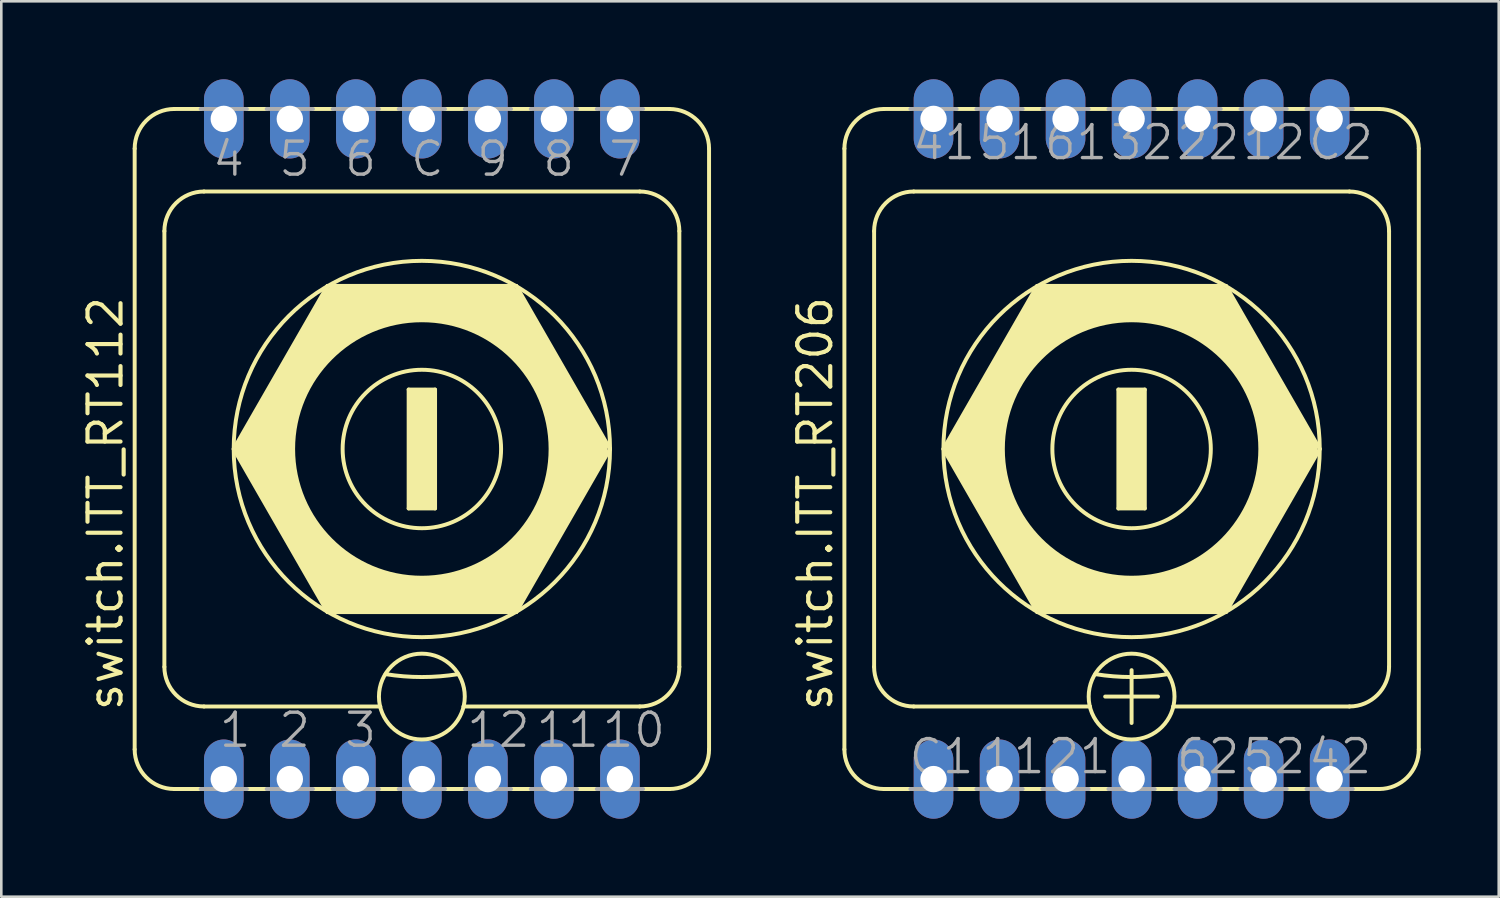
<source format=kicad_pcb>
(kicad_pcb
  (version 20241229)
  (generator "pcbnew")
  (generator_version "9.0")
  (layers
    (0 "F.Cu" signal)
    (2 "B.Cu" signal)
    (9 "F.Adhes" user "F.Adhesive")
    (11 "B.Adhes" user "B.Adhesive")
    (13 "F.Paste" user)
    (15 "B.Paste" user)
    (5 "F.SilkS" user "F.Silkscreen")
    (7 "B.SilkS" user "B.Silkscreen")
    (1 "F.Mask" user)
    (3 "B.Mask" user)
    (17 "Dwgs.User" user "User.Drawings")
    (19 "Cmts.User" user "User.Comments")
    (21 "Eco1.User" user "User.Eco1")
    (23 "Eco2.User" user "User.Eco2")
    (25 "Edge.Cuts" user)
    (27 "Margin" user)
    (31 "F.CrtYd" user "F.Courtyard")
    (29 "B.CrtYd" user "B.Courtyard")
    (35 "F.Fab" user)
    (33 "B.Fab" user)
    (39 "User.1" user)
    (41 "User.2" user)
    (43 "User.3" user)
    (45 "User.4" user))
  (footprint "switch.ITT_RT112"
    (layer "F.Cu")
    (at 13.18 14.224)
    (property "Reference" "switch.ITT_RT112" (at -11.43 10.16 90) (layer "F.SilkS") (effects (font (size 1.27 1.27) (thickness 0.16)) (justify left bottom)))
    (attr through_hole)
    (fp_line (start -11.049 11.557) (end -11.049 -11.557) (stroke (width 0.152) (type default)) (layer "F.SilkS"))
    (fp_line (start -9.906 8.382) (end -9.906 -8.382) (stroke (width 0.152) (type default)) (layer "F.SilkS"))
    (fp_line (start -8.509 -13.081) (end -9.525 -13.081) (stroke (width 0.152) (type default)) (layer "F.SilkS"))
    (fp_line (start -8.509 13.081) (end -9.525 13.081) (stroke (width 0.152) (type default)) (layer "F.SilkS"))
    (fp_line (start -8.382 -9.906) (end 8.382 -9.906) (stroke (width 0.152) (type default)) (layer "F.SilkS"))
    (fp_line (start -7.239 0) (end -3.632 6.274) (stroke (width 0.152) (type default)) (layer "F.SilkS"))
    (fp_line (start -6.731 -13.081) (end -5.969 -13.081) (stroke (width 0.152) (type default)) (layer "F.SilkS"))
    (fp_line (start -6.606 0) (end -3.29 -5.689) (stroke (width 1.168) (type default)) (layer "F.SilkS"))
    (fp_line (start -5.969 13.081) (end -6.731 13.081) (stroke (width 0.152) (type default)) (layer "F.SilkS"))
    (fp_line (start -4.191 -13.081) (end -3.429 -13.081) (stroke (width 0.152) (type default)) (layer "F.SilkS"))
    (fp_line (start -3.632 -6.274) (end -7.239 0) (stroke (width 0.152) (type default)) (layer "F.SilkS"))
    (fp_line (start -3.632 6.274) (end 3.632 6.274) (stroke (width 0.152) (type default)) (layer "F.SilkS"))
    (fp_line (start -3.429 13.081) (end -4.191 13.081) (stroke (width 0.152) (type default)) (layer "F.SilkS"))
    (fp_line (start -3.29 -5.689) (end 3.29 -5.689) (stroke (width 1.168) (type default)) (layer "F.SilkS"))
    (fp_line (start -3.263 5.716) (end -6.471 0.189) (stroke (width 1.168) (type default)) (layer "F.SilkS"))
    (fp_line (start -1.651 -13.081) (end -0.889 -13.081) (stroke (width 0.152) (type default)) (layer "F.SilkS"))
    (fp_line (start -1.6 9.906) (end -8.382 9.906) (stroke (width 0.152) (type default)) (layer "F.SilkS"))
    (fp_line (start -0.889 13.081) (end -1.651 13.081) (stroke (width 0.152) (type default)) (layer "F.SilkS"))
    (fp_line (start -0.508 -2.286) (end 0.508 -2.286) (stroke (width 0.152) (type default)) (layer "F.SilkS"))
    (fp_line (start -0.508 2.286) (end -0.508 -2.286) (stroke (width 0.152) (type default)) (layer "F.SilkS"))
    (fp_line (start 0.508 -2.286) (end 0.508 2.286) (stroke (width 0.152) (type default)) (layer "F.SilkS"))
    (fp_line (start 0.508 2.286) (end -0.508 2.286) (stroke (width 0.152) (type default)) (layer "F.SilkS"))
    (fp_line (start 0.889 -13.081) (end 1.651 -13.081) (stroke (width 0.152) (type default)) (layer "F.SilkS"))
    (fp_line (start 1.651 13.081) (end 0.889 13.081) (stroke (width 0.152) (type default)) (layer "F.SilkS"))
    (fp_line (start 3.29 -5.689) (end 6.552 0) (stroke (width 1.168) (type default)) (layer "F.SilkS"))
    (fp_line (start 3.29 5.716) (end -3.263 5.716) (stroke (width 1.168) (type default)) (layer "F.SilkS"))
    (fp_line (start 3.429 -13.081) (end 4.191 -13.081) (stroke (width 0.152) (type default)) (layer "F.SilkS"))
    (fp_line (start 3.632 -6.274) (end -3.632 -6.274) (stroke (width 0.152) (type default)) (layer "F.SilkS"))
    (fp_line (start 3.632 6.274) (end 7.239 0) (stroke (width 0.152) (type default)) (layer "F.SilkS"))
    (fp_line (start 4.191 13.081) (end 3.429 13.081) (stroke (width 0.152) (type default)) (layer "F.SilkS"))
    (fp_line (start 5.969 -13.081) (end 6.731 -13.081) (stroke (width 0.152) (type default)) (layer "F.SilkS"))
    (fp_line (start 5.969 13.081) (end 6.731 13.081) (stroke (width 0.152) (type default)) (layer "F.SilkS"))
    (fp_line (start 6.552 0) (end 3.29 5.716) (stroke (width 1.168) (type default)) (layer "F.SilkS"))
    (fp_line (start 7.239 0) (end 3.632 -6.274) (stroke (width 0.152) (type default)) (layer "F.SilkS"))
    (fp_line (start 8.382 9.906) (end 1.6 9.906) (stroke (width 0.152) (type default)) (layer "F.SilkS"))
    (fp_line (start 8.509 -13.081) (end 9.525 -13.081) (stroke (width 0.152) (type default)) (layer "F.SilkS"))
    (fp_line (start 8.509 13.081) (end 9.525 13.081) (stroke (width 0.152) (type default)) (layer "F.SilkS"))
    (fp_line (start 9.906 -8.382) (end 9.906 8.382) (stroke (width 0.152) (type default)) (layer "F.SilkS"))
    (fp_line (start 11.049 -11.557) (end 11.049 11.557) (stroke (width 0.152) (type default)) (layer "F.SilkS"))
    (fp_rect (start -0.508 2.286) (end 0.508 -2.286) (stroke (width 0.05) (type default)) (fill yes) (layer "F.SilkS"))
    (fp_arc (start -11.049 -11.557) (mid -10.602631 -12.634631) (end -9.525 -13.081) (stroke (width 0.1524) (type default)) (layer "F.SilkS"))
    (fp_arc (start -9.906 -8.382) (mid -9.459631 -9.459631) (end -8.382 -9.906) (stroke (width 0.1524) (type default)) (layer "F.SilkS"))
    (fp_arc (start -9.525 13.081) (mid -10.602631 12.634631) (end -11.049 11.557) (stroke (width 0.1524) (type default)) (layer "F.SilkS"))
    (fp_arc (start -8.382 9.906) (mid -9.459631 9.459631) (end -9.906 8.382) (stroke (width 0.1524) (type default)) (layer "F.SilkS"))
    (fp_arc (start 1.397 8.6614) (mid 0 8.773338) (end -1.397 8.6614) (stroke (width 0.1524) (type default)) (layer "F.SilkS"))
    (fp_arc (start 8.382 -9.906) (mid 9.459631 -9.459631) (end 9.906 -8.382) (stroke (width 0.1524) (type default)) (layer "F.SilkS"))
    (fp_arc (start 9.525 -13.081) (mid 10.602631 -12.634631) (end 11.049 -11.557) (stroke (width 0.1524) (type default)) (layer "F.SilkS"))
    (fp_arc (start 9.906 8.382) (mid 9.459631 9.459631) (end 8.382 9.906) (stroke (width 0.1524) (type default)) (layer "F.SilkS"))
    (fp_arc (start 11.049 11.557) (mid 10.602631 12.634631) (end 9.525 13.081) (stroke (width 0.1524) (type default)) (layer "F.SilkS"))
    (fp_circle (center 0 0) (end 3.048 0) (stroke (width 0.152) (type default)) (fill no) (layer "F.SilkS"))
    (fp_circle (center 0 0) (end 4.953 0) (stroke (width 0.152) (type default)) (fill no) (layer "F.SilkS"))
    (fp_circle (center 0 0) (end 5.609 0) (stroke (width 1.27) (type default)) (fill no) (layer "F.SilkS"))
    (fp_circle (center 0 0) (end 7.239 0) (stroke (width 0.152) (type default)) (fill no) (layer "F.SilkS"))
    (fp_circle (center 0 9.525) (end 1.651 9.525) (stroke (width 0.152) (type default)) (fill no) (layer "F.SilkS"))
    (fp_line (start -6.731 -13.081) (end -8.509 -13.081) (stroke (width 0.152) (type default)) (layer "F.Fab"))
    (fp_line (start -6.731 13.081) (end -8.509 13.081) (stroke (width 0.152) (type default)) (layer "F.Fab"))
    (fp_line (start -4.191 -13.081) (end -5.969 -13.081) (stroke (width 0.152) (type default)) (layer "F.Fab"))
    (fp_line (start -4.191 13.081) (end -5.969 13.081) (stroke (width 0.152) (type default)) (layer "F.Fab"))
    (fp_line (start -1.651 -13.081) (end -3.429 -13.081) (stroke (width 0.152) (type default)) (layer "F.Fab"))
    (fp_line (start -1.651 13.081) (end -3.429 13.081) (stroke (width 0.152) (type default)) (layer "F.Fab"))
    (fp_line (start 0.889 -13.081) (end -0.889 -13.081) (stroke (width 0.152) (type default)) (layer "F.Fab"))
    (fp_line (start 0.889 13.081) (end -0.889 13.081) (stroke (width 0.152) (type default)) (layer "F.Fab"))
    (fp_line (start 3.429 -13.081) (end 1.651 -13.081) (stroke (width 0.152) (type default)) (layer "F.Fab"))
    (fp_line (start 3.429 13.081) (end 1.651 13.081) (stroke (width 0.152) (type default)) (layer "F.Fab"))
    (fp_line (start 5.969 -13.081) (end 4.191 -13.081) (stroke (width 0.152) (type default)) (layer "F.Fab"))
    (fp_line (start 5.969 13.081) (end 4.191 13.081) (stroke (width 0.152) (type default)) (layer "F.Fab"))
    (fp_line (start 8.509 -13.081) (end 6.731 -13.081) (stroke (width 0.152) (type default)) (layer "F.Fab"))
    (fp_line (start 8.509 13.081) (end 6.731 13.081) (stroke (width 0.152) (type default)) (layer "F.Fab"))
    (fp_text user "5" (at -5.588 -10.414 0) (layer "F.Fab") (effects (font (size 1.27 1.27) (thickness 0.13)) (justify left bottom)))
    (fp_text user "3" (at -3.048 11.557 0) (layer "F.Fab") (effects (font (size 1.27 1.27) (thickness 0.13)) (justify left bottom)))
    (fp_text user "10" (at 6.858 11.557 0) (layer "F.Fab") (effects (font (size 1.27 1.27) (thickness 0.13)) (justify left bottom)))
    (fp_text user "1" (at -7.874 11.557 0) (layer "F.Fab") (effects (font (size 1.27 1.27) (thickness 0.13)) (justify left bottom)))
    (fp_text user "2" (at -5.588 11.557 0) (layer "F.Fab") (effects (font (size 1.27 1.27) (thickness 0.13)) (justify left bottom)))
    (fp_text user "11" (at 4.318 11.557 0) (layer "F.Fab") (effects (font (size 1.27 1.27) (thickness 0.13)) (justify left bottom)))
    (fp_text user "8" (at 4.572 -10.414 0) (layer "F.Fab") (effects (font (size 1.27 1.27) (thickness 0.13)) (justify left bottom)))
    (fp_text user "6" (at -3.048 -10.414 0) (layer "F.Fab") (effects (font (size 1.27 1.27) (thickness 0.13)) (justify left bottom)))
    (fp_text user "7" (at 7.112 -10.414 0) (layer "F.Fab") (effects (font (size 1.27 1.27) (thickness 0.13)) (justify left bottom)))
    (fp_text user "C" (at -0.508 -10.414 0) (layer "F.Fab") (effects (font (size 1.27 1.27) (thickness 0.13)) (justify left bottom)))
    (fp_text user "9" (at 2.032 -10.414 0) (layer "F.Fab") (effects (font (size 1.27 1.27) (thickness 0.13)) (justify left bottom)))
    (fp_text user "12" (at 1.651 11.557 0) (layer "F.Fab") (effects (font (size 1.27 1.27) (thickness 0.13)) (justify left bottom)))
    (fp_text user "4" (at -8.128 -10.414 0) (layer "F.Fab") (effects (font (size 1.27 1.27) (thickness 0.13)) (justify left bottom)))
    (pad "1" thru_hole oval (at -7.62 12.7 90) (size 3.048 1.524) (drill 1.016) (layers "*.Cu" "*.Mask"))
    (pad "2" thru_hole oval (at -5.08 12.7 90) (size 3.048 1.524) (drill 1.016) (layers "*.Cu" "*.Mask"))
    (pad "3" thru_hole oval (at -2.54 12.7 90) (size 3.048 1.524) (drill 1.016) (layers "*.Cu" "*.Mask"))
    (pad "4" thru_hole oval (at -7.62 -12.7 90) (size 3.048 1.524) (drill 1.016) (layers "*.Cu" "*.Mask"))
    (pad "5" thru_hole oval (at -5.08 -12.7 90) (size 3.048 1.524) (drill 1.016) (layers "*.Cu" "*.Mask"))
    (pad "6" thru_hole oval (at -2.54 -12.7 90) (size 3.048 1.524) (drill 1.016) (layers "*.Cu" "*.Mask"))
    (pad "7" thru_hole oval (at 7.62 -12.7 90) (size 3.048 1.524) (drill 1.016) (layers "*.Cu" "*.Mask"))
    (pad "8" thru_hole oval (at 5.08 -12.7 90) (size 3.048 1.524) (drill 1.016) (layers "*.Cu" "*.Mask"))
    (pad "9" thru_hole oval (at 2.54 -12.7 90) (size 3.048 1.524) (drill 1.016) (layers "*.Cu" "*.Mask"))
    (pad "10" thru_hole oval (at 7.62 12.7 90) (size 3.048 1.524) (drill 1.016) (layers "*.Cu" "*.Mask"))
    (pad "11" thru_hole oval (at 5.08 12.7 90) (size 3.048 1.524) (drill 1.016) (layers "*.Cu" "*.Mask"))
    (pad "12" thru_hole oval (at 2.54 12.7 90) (size 3.048 1.524) (drill 1.016) (layers "*.Cu" "*.Mask"))
    (pad "C" thru_hole oval (at 0 12.7 90) (size 3.048 1.524) (drill 1.016) (layers "*.Cu" "*.Mask"))
    (pad "C@" thru_hole oval (at 0 -12.7 90) (size 3.048 1.524) (drill 1.016) (layers "*.Cu" "*.Mask")))
  (footprint "switch.ITT_RT206"
    (layer "F.Cu")
    (at 40.485 14.224)
    (property "Reference" "switch.ITT_RT206" (at -11.43 10.16 90) (layer "F.SilkS") (effects (font (size 1.27 1.27) (thickness 0.16)) (justify left bottom)))
    (attr through_hole)
    (fp_line (start -11.049 11.557) (end -11.049 -11.557) (stroke (width 0.152) (type default)) (layer "F.SilkS"))
    (fp_line (start -9.906 8.382) (end -9.906 -8.382) (stroke (width 0.152) (type default)) (layer "F.SilkS"))
    (fp_line (start -8.509 -13.081) (end -9.525 -13.081) (stroke (width 0.152) (type default)) (layer "F.SilkS"))
    (fp_line (start -8.509 13.081) (end -9.525 13.081) (stroke (width 0.152) (type default)) (layer "F.SilkS"))
    (fp_line (start -8.382 -9.906) (end 8.382 -9.906) (stroke (width 0.152) (type default)) (layer "F.SilkS"))
    (fp_line (start -7.239 0) (end -3.632 6.274) (stroke (width 0.152) (type default)) (layer "F.SilkS"))
    (fp_line (start -6.731 -13.081) (end -5.969 -13.081) (stroke (width 0.152) (type default)) (layer "F.SilkS"))
    (fp_line (start -6.606 0) (end -3.29 -5.689) (stroke (width 1.168) (type default)) (layer "F.SilkS"))
    (fp_line (start -5.969 13.081) (end -6.731 13.081) (stroke (width 0.152) (type default)) (layer "F.SilkS"))
    (fp_line (start -4.191 -13.081) (end -3.429 -13.081) (stroke (width 0.152) (type default)) (layer "F.SilkS"))
    (fp_line (start -3.632 -6.274) (end -7.239 0) (stroke (width 0.152) (type default)) (layer "F.SilkS"))
    (fp_line (start -3.632 6.274) (end 3.632 6.274) (stroke (width 0.152) (type default)) (layer "F.SilkS"))
    (fp_line (start -3.429 13.081) (end -4.191 13.081) (stroke (width 0.152) (type default)) (layer "F.SilkS"))
    (fp_line (start -3.29 -5.689) (end 3.29 -5.689) (stroke (width 1.168) (type default)) (layer "F.SilkS"))
    (fp_line (start -3.263 5.716) (end -6.471 0.189) (stroke (width 1.168) (type default)) (layer "F.SilkS"))
    (fp_line (start -1.651 -13.081) (end -0.889 -13.081) (stroke (width 0.152) (type default)) (layer "F.SilkS"))
    (fp_line (start -1.6 9.906) (end -8.382 9.906) (stroke (width 0.152) (type default)) (layer "F.SilkS"))
    (fp_line (start -1.016 9.525) (end 1.016 9.525) (stroke (width 0.152) (type default)) (layer "F.SilkS"))
    (fp_line (start -0.889 13.081) (end -1.651 13.081) (stroke (width 0.152) (type default)) (layer "F.SilkS"))
    (fp_line (start -0.508 -2.286) (end 0.508 -2.286) (stroke (width 0.152) (type default)) (layer "F.SilkS"))
    (fp_line (start -0.508 2.286) (end -0.508 -2.286) (stroke (width 0.152) (type default)) (layer "F.SilkS"))
    (fp_line (start 0 10.541) (end 0 8.509) (stroke (width 0.152) (type default)) (layer "F.SilkS"))
    (fp_line (start 0.508 -2.286) (end 0.508 2.286) (stroke (width 0.152) (type default)) (layer "F.SilkS"))
    (fp_line (start 0.508 2.286) (end -0.508 2.286) (stroke (width 0.152) (type default)) (layer "F.SilkS"))
    (fp_line (start 0.889 -13.081) (end 1.651 -13.081) (stroke (width 0.152) (type default)) (layer "F.SilkS"))
    (fp_line (start 1.651 13.081) (end 0.889 13.081) (stroke (width 0.152) (type default)) (layer "F.SilkS"))
    (fp_line (start 3.29 -5.689) (end 6.552 0) (stroke (width 1.168) (type default)) (layer "F.SilkS"))
    (fp_line (start 3.29 5.716) (end -3.263 5.716) (stroke (width 1.168) (type default)) (layer "F.SilkS"))
    (fp_line (start 3.429 -13.081) (end 4.191 -13.081) (stroke (width 0.152) (type default)) (layer "F.SilkS"))
    (fp_line (start 3.632 -6.274) (end -3.632 -6.274) (stroke (width 0.152) (type default)) (layer "F.SilkS"))
    (fp_line (start 3.632 6.274) (end 7.239 0) (stroke (width 0.152) (type default)) (layer "F.SilkS"))
    (fp_line (start 4.191 13.081) (end 3.429 13.081) (stroke (width 0.152) (type default)) (layer "F.SilkS"))
    (fp_line (start 5.969 -13.081) (end 6.731 -13.081) (stroke (width 0.152) (type default)) (layer "F.SilkS"))
    (fp_line (start 5.969 13.081) (end 6.731 13.081) (stroke (width 0.152) (type default)) (layer "F.SilkS"))
    (fp_line (start 6.552 0) (end 3.29 5.716) (stroke (width 1.168) (type default)) (layer "F.SilkS"))
    (fp_line (start 7.239 0) (end 3.632 -6.274) (stroke (width 0.152) (type default)) (layer "F.SilkS"))
    (fp_line (start 8.382 9.906) (end 1.6 9.906) (stroke (width 0.152) (type default)) (layer "F.SilkS"))
    (fp_line (start 8.509 -13.081) (end 9.525 -13.081) (stroke (width 0.152) (type default)) (layer "F.SilkS"))
    (fp_line (start 8.509 13.081) (end 9.525 13.081) (stroke (width 0.152) (type default)) (layer "F.SilkS"))
    (fp_line (start 9.906 -8.382) (end 9.906 8.382) (stroke (width 0.152) (type default)) (layer "F.SilkS"))
    (fp_line (start 11.049 -11.557) (end 11.049 11.557) (stroke (width 0.152) (type default)) (layer "F.SilkS"))
    (fp_rect (start -0.508 2.286) (end 0.508 -2.286) (stroke (width 0.05) (type default)) (fill yes) (layer "F.SilkS"))
    (fp_arc (start -11.049 -11.557) (mid -10.602631 -12.634631) (end -9.525 -13.081) (stroke (width 0.1524) (type default)) (layer "F.SilkS"))
    (fp_arc (start -9.906 -8.382) (mid -9.459631 -9.459631) (end -8.382 -9.906) (stroke (width 0.1524) (type default)) (layer "F.SilkS"))
    (fp_arc (start -9.525 13.081) (mid -10.602631 12.634631) (end -11.049 11.557) (stroke (width 0.1524) (type default)) (layer "F.SilkS"))
    (fp_arc (start -8.382 9.906) (mid -9.459631 9.459631) (end -9.906 8.382) (stroke (width 0.1524) (type default)) (layer "F.SilkS"))
    (fp_arc (start 1.397 8.6614) (mid 0 8.773338) (end -1.397 8.6614) (stroke (width 0.1524) (type default)) (layer "F.SilkS"))
    (fp_arc (start 8.382 -9.906) (mid 9.459631 -9.459631) (end 9.906 -8.382) (stroke (width 0.1524) (type default)) (layer "F.SilkS"))
    (fp_arc (start 9.525 -13.081) (mid 10.602631 -12.634631) (end 11.049 -11.557) (stroke (width 0.1524) (type default)) (layer "F.SilkS"))
    (fp_arc (start 9.906 8.382) (mid 9.459631 9.459631) (end 8.382 9.906) (stroke (width 0.1524) (type default)) (layer "F.SilkS"))
    (fp_arc (start 11.049 11.557) (mid 10.602631 12.634631) (end 9.525 13.081) (stroke (width 0.1524) (type default)) (layer "F.SilkS"))
    (fp_circle (center 0 0) (end 3.048 0) (stroke (width 0.152) (type default)) (fill no) (layer "F.SilkS"))
    (fp_circle (center 0 0) (end 4.953 0) (stroke (width 0.152) (type default)) (fill no) (layer "F.SilkS"))
    (fp_circle (center 0 0) (end 5.609 0) (stroke (width 1.27) (type default)) (fill no) (layer "F.SilkS"))
    (fp_circle (center 0 0) (end 7.239 0) (stroke (width 0.152) (type default)) (fill no) (layer "F.SilkS"))
    (fp_circle (center 0 9.525) (end 1.651 9.525) (stroke (width 0.152) (type default)) (fill no) (layer "F.SilkS"))
    (fp_line (start -6.731 -13.081) (end -8.509 -13.081) (stroke (width 0.152) (type default)) (layer "F.Fab"))
    (fp_line (start -6.731 13.081) (end -8.509 13.081) (stroke (width 0.152) (type default)) (layer "F.Fab"))
    (fp_line (start -4.191 -13.081) (end -5.969 -13.081) (stroke (width 0.152) (type default)) (layer "F.Fab"))
    (fp_line (start -4.191 13.081) (end -5.969 13.081) (stroke (width 0.152) (type default)) (layer "F.Fab"))
    (fp_line (start -1.651 -13.081) (end -3.429 -13.081) (stroke (width 0.152) (type default)) (layer "F.Fab"))
    (fp_line (start -1.651 13.081) (end -3.429 13.081) (stroke (width 0.152) (type default)) (layer "F.Fab"))
    (fp_line (start 0.889 -13.081) (end -0.889 -13.081) (stroke (width 0.152) (type default)) (layer "F.Fab"))
    (fp_line (start 0.889 13.081) (end -0.889 13.081) (stroke (width 0.152) (type default)) (layer "F.Fab"))
    (fp_line (start 3.429 -13.081) (end 1.651 -13.081) (stroke (width 0.152) (type default)) (layer "F.Fab"))
    (fp_line (start 3.429 13.081) (end 1.651 13.081) (stroke (width 0.152) (type default)) (layer "F.Fab"))
    (fp_line (start 5.969 -13.081) (end 4.191 -13.081) (stroke (width 0.152) (type default)) (layer "F.Fab"))
    (fp_line (start 5.969 13.081) (end 4.191 13.081) (stroke (width 0.152) (type default)) (layer "F.Fab"))
    (fp_line (start 8.509 -13.081) (end 6.731 -13.081) (stroke (width 0.152) (type default)) (layer "F.Fab"))
    (fp_line (start 8.509 13.081) (end 6.731 13.081) (stroke (width 0.152) (type default)) (layer "F.Fab"))
    (fp_text user "11" (at -5.842 12.573 0) (layer "F.Fab") (effects (font (size 1.27 1.27) (thickness 0.13)) (justify left bottom)))
    (fp_text user "22" (at 1.651 -11.049 0) (layer "F.Fab") (effects (font (size 1.27 1.27) (thickness 0.13)) (justify left bottom)))
    (fp_text user "51" (at -5.969 -11.049 0) (layer "F.Fab") (effects (font (size 1.27 1.27) (thickness 0.13)) (justify left bottom)))
    (fp_text user "62" (at 1.651 12.573 0) (layer "F.Fab") (effects (font (size 1.27 1.27) (thickness 0.13)) (justify left bottom)))
    (fp_text user "12" (at 4.191 -11.049 0) (layer "F.Fab") (effects (font (size 1.27 1.27) (thickness 0.13)) (justify left bottom)))
    (fp_text user "52" (at 4.191 12.573 0) (layer "F.Fab") (effects (font (size 1.27 1.27) (thickness 0.13)) (justify left bottom)))
    (fp_text user "42" (at 6.731 12.573 0) (layer "F.Fab") (effects (font (size 1.27 1.27) (thickness 0.13)) (justify left bottom)))
    (fp_text user "21" (at -3.302 12.573 0) (layer "F.Fab") (effects (font (size 1.27 1.27) (thickness 0.13)) (justify left bottom)))
    (fp_text user "C1" (at -8.636 12.573 0) (layer "F.Fab") (effects (font (size 1.27 1.27) (thickness 0.13)) (justify left bottom)))
    (fp_text user "32" (at -0.889 -11.049 0) (layer "F.Fab") (effects (font (size 1.27 1.27) (thickness 0.13)) (justify left bottom)))
    (fp_text user "C2" (at 6.731 -11.049 0) (layer "F.Fab") (effects (font (size 1.27 1.27) (thickness 0.13)) (justify left bottom)))
    (fp_text user "41" (at -8.509 -11.049 0) (layer "F.Fab") (effects (font (size 1.27 1.27) (thickness 0.13)) (justify left bottom)))
    (fp_text user "61" (at -3.429 -11.049 0) (layer "F.Fab") (effects (font (size 1.27 1.27) (thickness 0.13)) (justify left bottom)))
    (pad "11" thru_hole oval (at -5.08 12.7 90) (size 3.048 1.524) (drill 1.016) (layers "*.Cu" "*.Mask"))
    (pad "12" thru_hole oval (at 5.08 -12.7 90) (size 3.048 1.524) (drill 1.016) (layers "*.Cu" "*.Mask"))
    (pad "21" thru_hole oval (at -2.54 12.7 90) (size 3.048 1.524) (drill 1.016) (layers "*.Cu" "*.Mask"))
    (pad "22" thru_hole oval (at 2.54 -12.7 90) (size 3.048 1.524) (drill 1.016) (layers "*.Cu" "*.Mask"))
    (pad "31" thru_hole oval (at 0 12.7 90) (size 3.048 1.524) (drill 1.016) (layers "*.Cu" "*.Mask"))
    (pad "32" thru_hole oval (at 0 -12.7 90) (size 3.048 1.524) (drill 1.016) (layers "*.Cu" "*.Mask"))
    (pad "41" thru_hole oval (at -7.62 -12.7 90) (size 3.048 1.524) (drill 1.016) (layers "*.Cu" "*.Mask"))
    (pad "42" thru_hole oval (at 7.62 12.7 90) (size 3.048 1.524) (drill 1.016) (layers "*.Cu" "*.Mask"))
    (pad "51" thru_hole oval (at -5.08 -12.7 90) (size 3.048 1.524) (drill 1.016) (layers "*.Cu" "*.Mask"))
    (pad "52" thru_hole oval (at 5.08 12.7 90) (size 3.048 1.524) (drill 1.016) (layers "*.Cu" "*.Mask"))
    (pad "61" thru_hole oval (at -2.54 -12.7 90) (size 3.048 1.524) (drill 1.016) (layers "*.Cu" "*.Mask"))
    (pad "62" thru_hole oval (at 2.54 12.7 90) (size 3.048 1.524) (drill 1.016) (layers "*.Cu" "*.Mask"))
    (pad "C1" thru_hole oval (at -7.62 12.7 90) (size 3.048 1.524) (drill 1.016) (layers "*.Cu" "*.Mask"))
    (pad "C2" thru_hole oval (at 7.62 -12.7 90) (size 3.048 1.524) (drill 1.016) (layers "*.Cu" "*.Mask")))
  (gr_rect
    (start -3 -3)
    (end 54.61 31.448)
    (stroke (width 0.1) (type default))
    (fill no)
    (layer "Edge.Cuts")))
</source>
